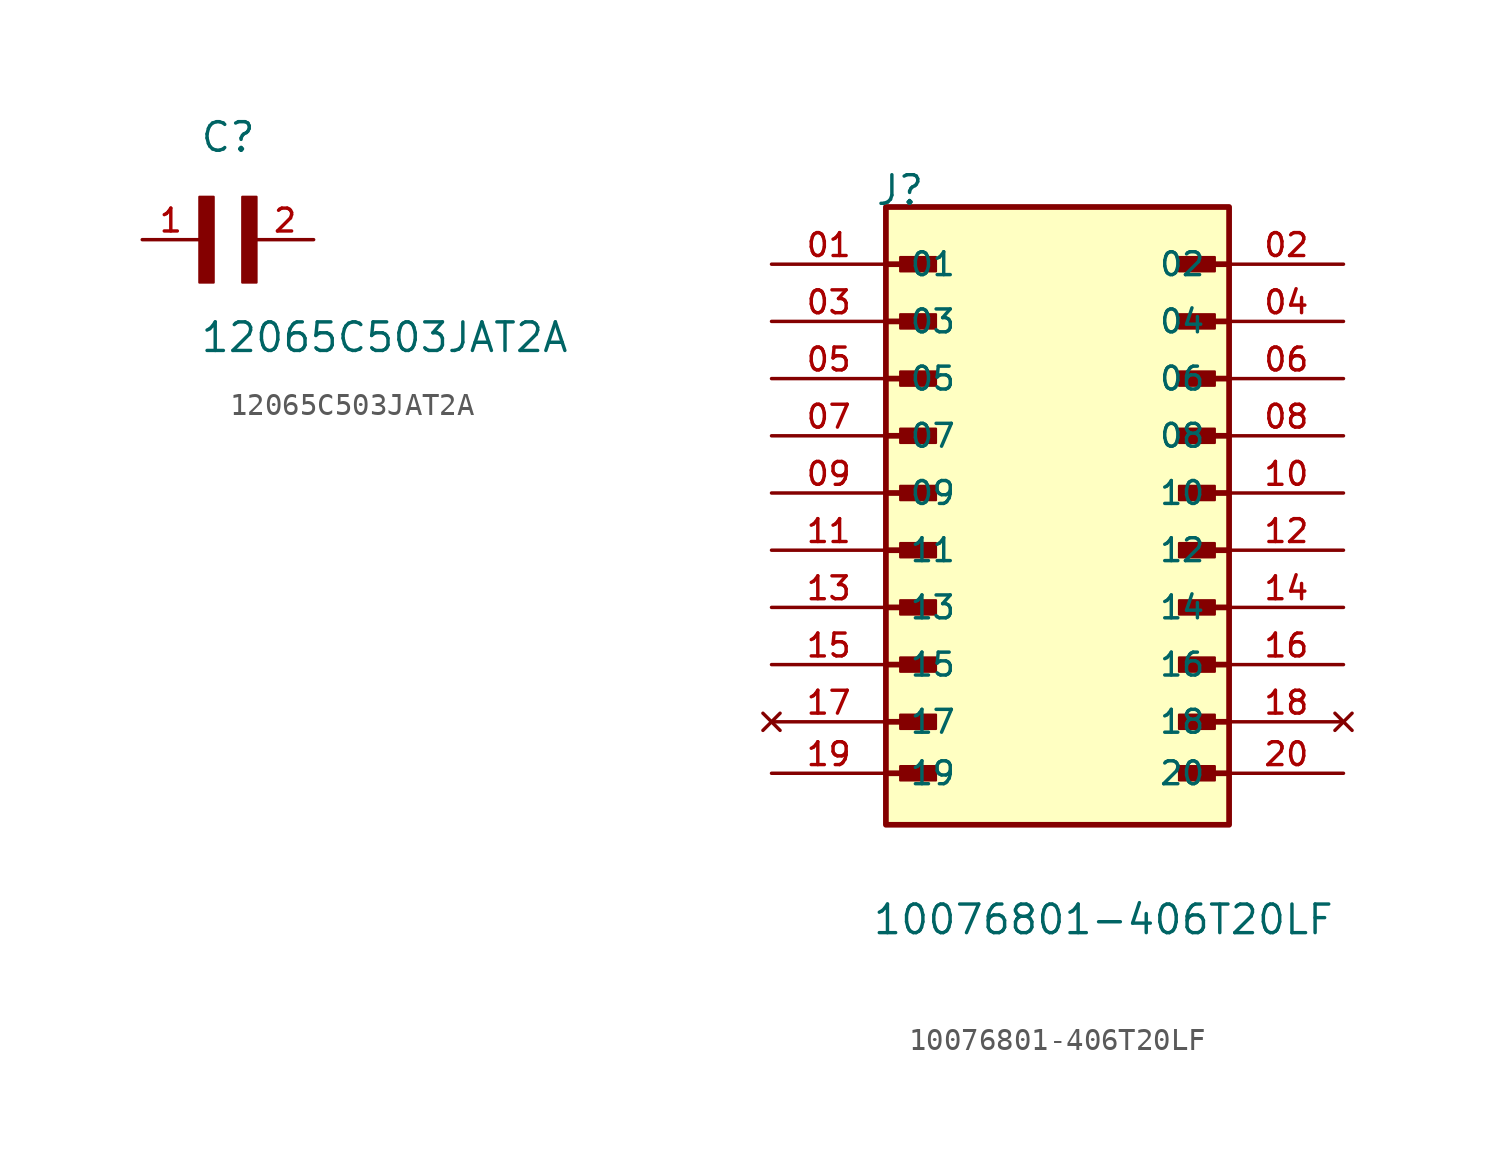
<source format=kicad_sym>
(kicad_symbol_lib
  (version 20211014)
  (generator kicad_symbol_editor)
  (symbol "12065C503JAT2A"
    (pin_names
      (offset 1.016))
    (property "Reference" "C"
      (at 0 3.811 0)
      (effects (font (size 1.27 1.27)) (justify left bottom)))
    (property "Value" "12065C503JAT2A"
      (at 0 -5.088 0)
      (effects (font (size 1.27 1.27)) (justify left bottom)))
    (symbol "12065C503JAT2A_0_0"
      (rectangle (start 0 -1.907) (end 0.635 1.905) (stroke (width 0.1) (type default) (color 0 0 0 0)) (fill (type outline)))
      (rectangle (start 1.907 -1.907) (end 2.54 1.905) (stroke (width 0.1) (type default) (color 0 0 0 0)) (fill (type outline)))
      (pin passive line (at -2.54 0 0) (length 2.54) (name "~" (effects (font (size 1.016 1.016)))) (number "1" (effects (font (size 1.016 1.016)))))
      (pin passive line (at 5.08 0 180) (length 2.54) (name "~" (effects (font (size 1.016 1.016)))) (number "2" (effects (font (size 1.016 1.016)))))))
  (symbol "10076801-406T20LF"
    (pin_names
      (offset 1.016))
    (property "Reference" "J"
      (at -8.12 12.7 0)
      (effects (font (size 1.27 1.27)) (justify left bottom)))
    (property "Value" "10076801-406T20LF"
      (at -8.255 -19.685 0)
      (effects (font (size 1.27 1.27)) (justify left bottom)))
    (symbol "10076801-406T20LF_0_0"
      (rectangle (start -7.62 12.7) (end 7.62 -14.732) (stroke (width 0.254) (type default) (color 0 0 0 0)) (fill (type background)))
      (rectangle (start -6.985 -12.764) (end -5.397 -12.129) (stroke (width 0.1) (type default) (color 0 0 0 0)) (fill (type outline)))
      (rectangle (start -6.985 -10.477) (end -5.397 -9.842) (stroke (width 0.1) (type default) (color 0 0 0 0)) (fill (type outline)))
      (rectangle (start -6.985 -7.938) (end -5.397 -7.303) (stroke (width 0.1) (type default) (color 0 0 0 0)) (fill (type outline)))
      (rectangle (start -6.985 -5.397) (end -5.397 -4.763) (stroke (width 0.1) (type default) (color 0 0 0 0)) (fill (type outline)))
      (rectangle (start -6.985 -2.857) (end -5.397 -2.223) (stroke (width 0.1) (type default) (color 0 0 0 0)) (fill (type outline)))
      (rectangle (start -6.985 -0.318) (end -5.397 0.318) (stroke (width 0.1) (type default) (color 0 0 0 0)) (fill (type outline)))
      (rectangle (start -6.985 2.223) (end -5.397 2.857) (stroke (width 0.1) (type default) (color 0 0 0 0)) (fill (type outline)))
      (rectangle (start -6.985 4.763) (end -5.397 5.397) (stroke (width 0.1) (type default) (color 0 0 0 0)) (fill (type outline)))
      (rectangle (start -6.985 7.303) (end -5.397 7.938) (stroke (width 0.1) (type default) (color 0 0 0 0)) (fill (type outline)))
      (rectangle (start -6.985 9.842) (end -5.397 10.477) (stroke (width 0.1) (type default) (color 0 0 0 0)) (fill (type outline)))
      (polyline (pts (xy -7.62 -12.446) (xy -5.715 -12.446)) (stroke (width 0.254) (type default) (color 0 0 0 0)) (fill (type none)))
      (polyline (pts (xy -7.62 -10.16) (xy -5.715 -10.16)) (stroke (width 0.254) (type default) (color 0 0 0 0)) (fill (type none)))
      (polyline (pts (xy -7.62 -7.62) (xy -5.715 -7.62)) (stroke (width 0.254) (type default) (color 0 0 0 0)) (fill (type none)))
      (polyline (pts (xy -7.62 -5.08) (xy -5.715 -5.08)) (stroke (width 0.254) (type default) (color 0 0 0 0)) (fill (type none)))
      (polyline (pts (xy -7.62 -2.54) (xy -5.715 -2.54)) (stroke (width 0.254) (type default) (color 0 0 0 0)) (fill (type none)))
      (polyline (pts (xy -7.62 0) (xy -5.715 0)) (stroke (width 0.254) (type default) (color 0 0 0 0)) (fill (type none)))
      (polyline (pts (xy -7.62 2.54) (xy -5.715 2.54)) (stroke (width 0.254) (type default) (color 0 0 0 0)) (fill (type none)))
      (polyline (pts (xy -7.62 5.08) (xy -5.715 5.08)) (stroke (width 0.254) (type default) (color 0 0 0 0)) (fill (type none)))
      (polyline (pts (xy -7.62 7.62) (xy -5.715 7.62)) (stroke (width 0.254) (type default) (color 0 0 0 0)) (fill (type none)))
      (polyline (pts (xy -7.62 10.16) (xy -5.715 10.16)) (stroke (width 0.254) (type default) (color 0 0 0 0)) (fill (type none)))
      (polyline (pts (xy 7.62 -12.446) (xy 5.715 -12.446)) (stroke (width 0.254) (type default) (color 0 0 0 0)) (fill (type none)))
      (polyline (pts (xy 7.62 -10.16) (xy 5.715 -10.16)) (stroke (width 0.254) (type default) (color 0 0 0 0)) (fill (type none)))
      (polyline (pts (xy 7.62 -7.62) (xy 5.715 -7.62)) (stroke (width 0.254) (type default) (color 0 0 0 0)) (fill (type none)))
      (polyline (pts (xy 7.62 -5.08) (xy 5.715 -5.08)) (stroke (width 0.254) (type default) (color 0 0 0 0)) (fill (type none)))
      (polyline (pts (xy 7.62 -2.54) (xy 5.715 -2.54)) (stroke (width 0.254) (type default) (color 0 0 0 0)) (fill (type none)))
      (polyline (pts (xy 7.62 0) (xy 5.715 0)) (stroke (width 0.254) (type default) (color 0 0 0 0)) (fill (type none)))
      (polyline (pts (xy 7.62 2.54) (xy 5.715 2.54)) (stroke (width 0.254) (type default) (color 0 0 0 0)) (fill (type none)))
      (polyline (pts (xy 7.62 5.08) (xy 5.715 5.08)) (stroke (width 0.254) (type default) (color 0 0 0 0)) (fill (type none)))
      (polyline (pts (xy 7.62 7.62) (xy 5.715 7.62)) (stroke (width 0.254) (type default) (color 0 0 0 0)) (fill (type none)))
      (polyline (pts (xy 7.62 10.16) (xy 5.715 10.16)) (stroke (width 0.254) (type default) (color 0 0 0 0)) (fill (type none)))
      (rectangle (start 6.985 -12.764) (end 5.397 -12.129) (stroke (width 0.1) (type default) (color 0 0 0 0)) (fill (type outline)))
      (rectangle (start 6.985 -10.477) (end 5.397 -9.842) (stroke (width 0.1) (type default) (color 0 0 0 0)) (fill (type outline)))
      (rectangle (start 6.985 -7.938) (end 5.397 -7.303) (stroke (width 0.1) (type default) (color 0 0 0 0)) (fill (type outline)))
      (rectangle (start 6.985 -5.397) (end 5.397 -4.763) (stroke (width 0.1) (type default) (color 0 0 0 0)) (fill (type outline)))
      (rectangle (start 6.985 -2.857) (end 5.397 -2.223) (stroke (width 0.1) (type default) (color 0 0 0 0)) (fill (type outline)))
      (rectangle (start 6.985 -0.318) (end 5.397 0.318) (stroke (width 0.1) (type default) (color 0 0 0 0)) (fill (type outline)))
      (rectangle (start 6.985 2.223) (end 5.397 2.857) (stroke (width 0.1) (type default) (color 0 0 0 0)) (fill (type outline)))
      (rectangle (start 6.985 4.763) (end 5.397 5.397) (stroke (width 0.1) (type default) (color 0 0 0 0)) (fill (type outline)))
      (rectangle (start 6.985 7.303) (end 5.397 7.938) (stroke (width 0.1) (type default) (color 0 0 0 0)) (fill (type outline)))
      (rectangle (start 6.985 9.842) (end 5.397 10.477) (stroke (width 0.1) (type default) (color 0 0 0 0)) (fill (type outline)))
      (pin passive line (at -12.7 10.16 0) (length 5.08) (name "01" (effects (font (size 1.016 1.016)))) (number "01" (effects (font (size 1.016 1.016)))))
      (pin passive line (at 12.7 10.16 180) (length 5.08) (name "02" (effects (font (size 1.016 1.016)))) (number "02" (effects (font (size 1.016 1.016)))))
      (pin passive line (at -12.7 7.62 0) (length 5.08) (name "03" (effects (font (size 1.016 1.016)))) (number "03" (effects (font (size 1.016 1.016)))))
      (pin passive line (at 12.7 7.62 180) (length 5.08) (name "04" (effects (font (size 1.016 1.016)))) (number "04" (effects (font (size 1.016 1.016)))))
      (pin passive line (at -12.7 5.08 0) (length 5.08) (name "05" (effects (font (size 1.016 1.016)))) (number "05" (effects (font (size 1.016 1.016)))))
      (pin passive line (at 12.7 5.08 180) (length 5.08) (name "06" (effects (font (size 1.016 1.016)))) (number "06" (effects (font (size 1.016 1.016)))))
      (pin passive line (at -12.7 2.54 0) (length 5.08) (name "07" (effects (font (size 1.016 1.016)))) (number "07" (effects (font (size 1.016 1.016)))))
      (pin passive line (at 12.7 2.54 180) (length 5.08) (name "08" (effects (font (size 1.016 1.016)))) (number "08" (effects (font (size 1.016 1.016)))))
      (pin passive line (at -12.7 0 0) (length 5.08) (name "09" (effects (font (size 1.016 1.016)))) (number "09" (effects (font (size 1.016 1.016)))))
      (pin passive line (at 12.7 0 180) (length 5.08) (name "10" (effects (font (size 1.016 1.016)))) (number "10" (effects (font (size 1.016 1.016)))))
      (pin passive line (at -12.7 -2.54 0) (length 5.08) (name "11" (effects (font (size 1.016 1.016)))) (number "11" (effects (font (size 1.016 1.016)))))
      (pin passive line (at 12.7 -2.54 180) (length 5.08) (name "12" (effects (font (size 1.016 1.016)))) (number "12" (effects (font (size 1.016 1.016)))))
      (pin passive line (at -12.7 -5.08 0) (length 5.08) (name "13" (effects (font (size 1.016 1.016)))) (number "13" (effects (font (size 1.016 1.016)))))
      (pin passive line (at 12.7 -5.08 180) (length 5.08) (name "14" (effects (font (size 1.016 1.016)))) (number "14" (effects (font (size 1.016 1.016)))))
      (pin passive line (at -12.7 -7.62 0) (length 5.08) (name "15" (effects (font (size 1.016 1.016)))) (number "15" (effects (font (size 1.016 1.016)))))
      (pin passive line (at 12.7 -7.62 180) (length 5.08) (name "16" (effects (font (size 1.016 1.016)))) (number "16" (effects (font (size 1.016 1.016)))))
      (pin no_connect line (at -12.7 -10.16 0) (length 5.08) (name "17" (effects (font (size 1.016 1.016)))) (number "17" (effects (font (size 1.016 1.016)))))
      (pin no_connect line (at 12.7 -10.16 180) (length 5.08) (name "18" (effects (font (size 1.016 1.016)))) (number "18" (effects (font (size 1.016 1.016)))))
      (pin passive line (at -12.7 -12.446 0) (length 5.08) (name "19" (effects (font (size 1.016 1.016)))) (number "19" (effects (font (size 1.016 1.016)))))
      (pin passive line (at 12.7 -12.446 180) (length 5.08) (name "20" (effects (font (size 1.016 1.016)))) (number "20" (effects (font (size 1.016 1.016))))))))
</source>
